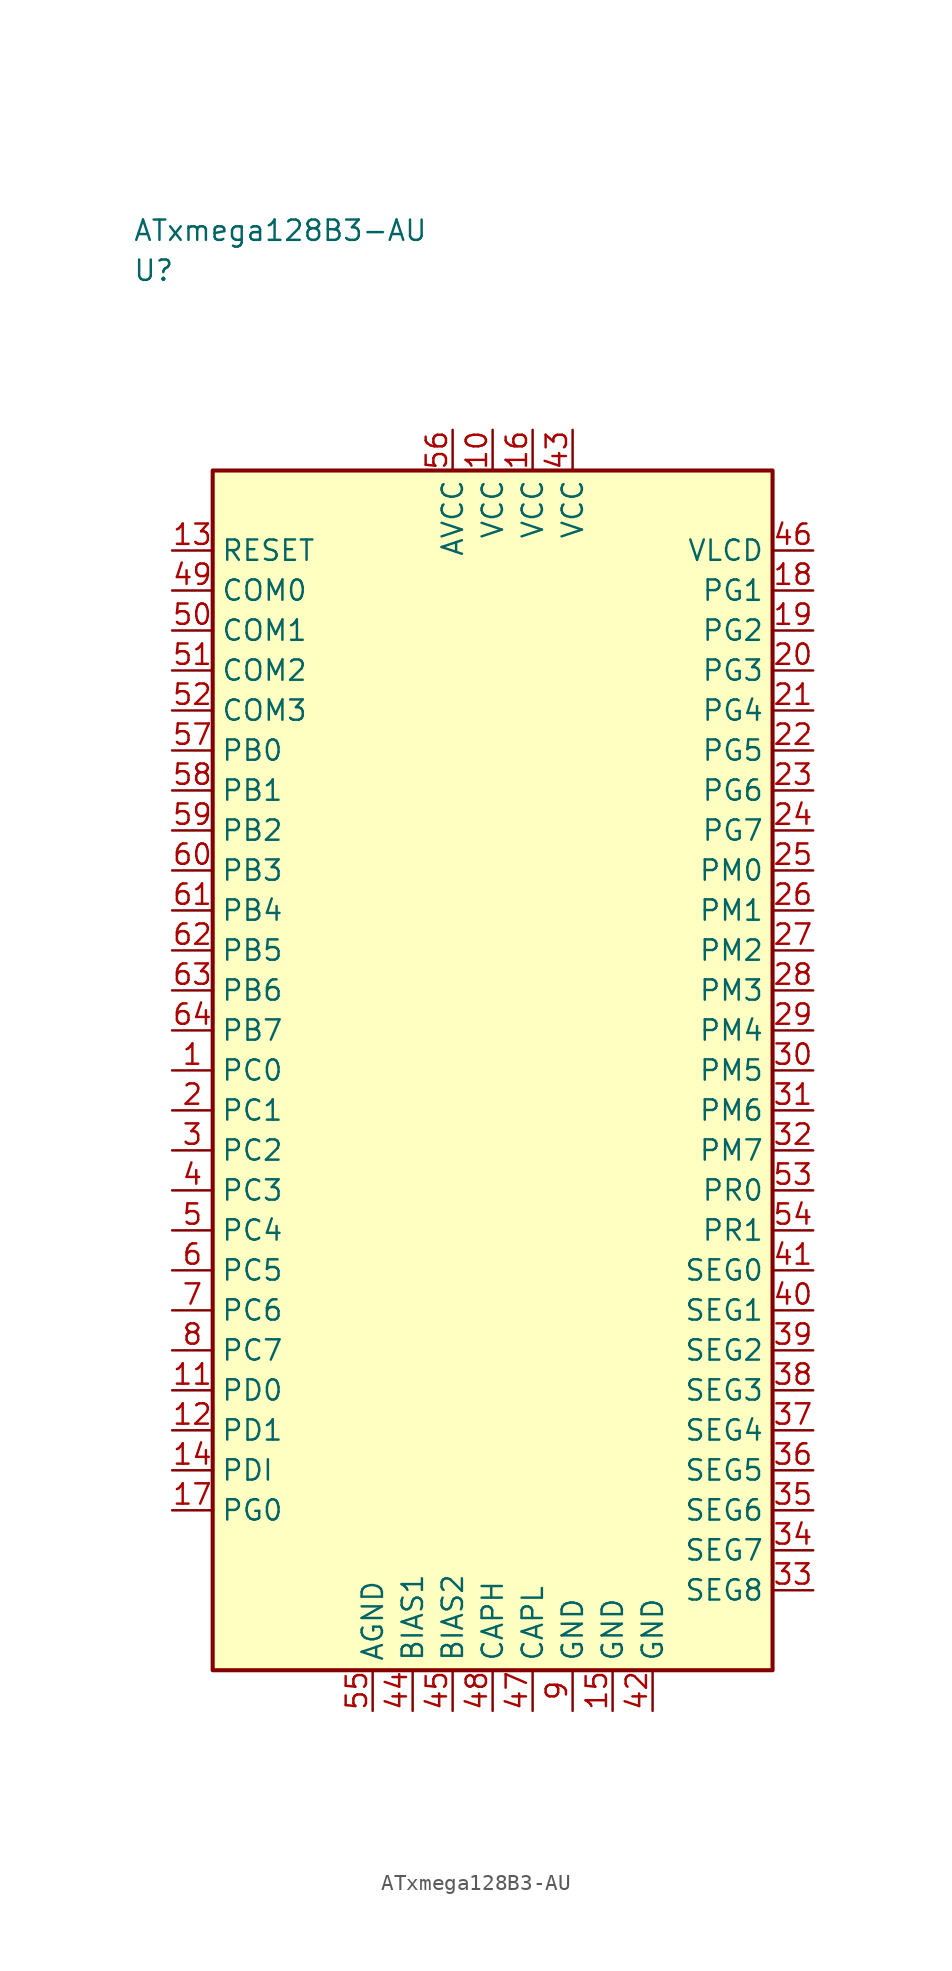
<source format=kicad_sym>
(kicad_symbol_lib
  (version 20241025)
  (generator "kicad_symbol_editor")
  (generator_version "8.0")
  (symbol "ATxmega128B3-AU"
    (property "Reference" "U"
      (at -22.5 50.0 0)
      (effects (font (size 1.27 1.27)) (justify left)))
    (property "Value" "ATxmega128B3-AU"
      (at -22.5 52.5 0)
      (effects (font (size 1.27 1.27)) (justify left)))
    (symbol "ATxmega128B3-AU_0_1"
      (rectangle (start -17.5 37.5) (end 17.5 -37.5) (stroke (width 0.254) (type default)) (fill (type background))))
    (symbol "ATxmega128B3-AU_1_1"
      (pin bidirectional line (at -20.04 0.0 0.0) (length 2.54) (name "PC0" (effects (font (size 1.27 1.27)))) (number "1" (effects (font (size 1.27 1.27)))))
      (pin bidirectional line (at -20.04 -2.5 0.0) (length 2.54) (name "PC1" (effects (font (size 1.27 1.27)))) (number "2" (effects (font (size 1.27 1.27)))))
      (pin bidirectional line (at -20.04 -5.0 0.0) (length 2.54) (name "PC2" (effects (font (size 1.27 1.27)))) (number "3" (effects (font (size 1.27 1.27)))))
      (pin bidirectional line (at -20.04 -7.5 0.0) (length 2.54) (name "PC3" (effects (font (size 1.27 1.27)))) (number "4" (effects (font (size 1.27 1.27)))))
      (pin bidirectional line (at -20.04 -10.0 0.0) (length 2.54) (name "PC4" (effects (font (size 1.27 1.27)))) (number "5" (effects (font (size 1.27 1.27)))))
      (pin bidirectional line (at -20.04 -12.5 0.0) (length 2.54) (name "PC5" (effects (font (size 1.27 1.27)))) (number "6" (effects (font (size 1.27 1.27)))))
      (pin bidirectional line (at -20.04 -15.0 0.0) (length 2.54) (name "PC6" (effects (font (size 1.27 1.27)))) (number "7" (effects (font (size 1.27 1.27)))))
      (pin bidirectional line (at -20.04 -17.5 0.0) (length 2.54) (name "PC7" (effects (font (size 1.27 1.27)))) (number "8" (effects (font (size 1.27 1.27)))))
      (pin passive line (at 5.0 -40.04 90.0) (length 2.54) (name "GND" (effects (font (size 1.27 1.27)))) (number "9" (effects (font (size 1.27 1.27)))))
      (pin power_in line (at 0.0 40.04 270.0) (length 2.54) (name "VCC" (effects (font (size 1.27 1.27)))) (number "10" (effects (font (size 1.27 1.27)))))
      (pin bidirectional line (at -20.04 -20.0 0.0) (length 2.54) (name "PD0" (effects (font (size 1.27 1.27)))) (number "11" (effects (font (size 1.27 1.27)))))
      (pin bidirectional line (at -20.04 -22.5 0.0) (length 2.54) (name "PD1" (effects (font (size 1.27 1.27)))) (number "12" (effects (font (size 1.27 1.27)))))
      (pin input line (at -20.04 32.5 0.0) (length 2.54) (name "RESET" (effects (font (size 1.27 1.27)))) (number "13" (effects (font (size 1.27 1.27)))))
      (pin bidirectional line (at -20.04 -25.0 0.0) (length 2.54) (name "PDI" (effects (font (size 1.27 1.27)))) (number "14" (effects (font (size 1.27 1.27)))))
      (pin passive line (at 7.5 -40.04 90.0) (length 2.54) (name "GND" (effects (font (size 1.27 1.27)))) (number "15" (effects (font (size 1.27 1.27)))))
      (pin power_in line (at 2.5 40.04 270.0) (length 2.54) (name "VCC" (effects (font (size 1.27 1.27)))) (number "16" (effects (font (size 1.27 1.27)))))
      (pin bidirectional line (at -20.04 -27.5 0.0) (length 2.54) (name "PG0" (effects (font (size 1.27 1.27)))) (number "17" (effects (font (size 1.27 1.27)))))
      (pin bidirectional line (at 20.04 30.0 180.0) (length 2.54) (name "PG1" (effects (font (size 1.27 1.27)))) (number "18" (effects (font (size 1.27 1.27)))))
      (pin bidirectional line (at 20.04 27.5 180.0) (length 2.54) (name "PG2" (effects (font (size 1.27 1.27)))) (number "19" (effects (font (size 1.27 1.27)))))
      (pin bidirectional line (at 20.04 25.0 180.0) (length 2.54) (name "PG3" (effects (font (size 1.27 1.27)))) (number "20" (effects (font (size 1.27 1.27)))))
      (pin bidirectional line (at 20.04 22.5 180.0) (length 2.54) (name "PG4" (effects (font (size 1.27 1.27)))) (number "21" (effects (font (size 1.27 1.27)))))
      (pin bidirectional line (at 20.04 20.0 180.0) (length 2.54) (name "PG5" (effects (font (size 1.27 1.27)))) (number "22" (effects (font (size 1.27 1.27)))))
      (pin bidirectional line (at 20.04 17.5 180.0) (length 2.54) (name "PG6" (effects (font (size 1.27 1.27)))) (number "23" (effects (font (size 1.27 1.27)))))
      (pin bidirectional line (at 20.04 15.0 180.0) (length 2.54) (name "PG7" (effects (font (size 1.27 1.27)))) (number "24" (effects (font (size 1.27 1.27)))))
      (pin bidirectional line (at 20.04 12.5 180.0) (length 2.54) (name "PM0" (effects (font (size 1.27 1.27)))) (number "25" (effects (font (size 1.27 1.27)))))
      (pin bidirectional line (at 20.04 10.0 180.0) (length 2.54) (name "PM1" (effects (font (size 1.27 1.27)))) (number "26" (effects (font (size 1.27 1.27)))))
      (pin bidirectional line (at 20.04 7.5 180.0) (length 2.54) (name "PM2" (effects (font (size 1.27 1.27)))) (number "27" (effects (font (size 1.27 1.27)))))
      (pin bidirectional line (at 20.04 5.0 180.0) (length 2.54) (name "PM3" (effects (font (size 1.27 1.27)))) (number "28" (effects (font (size 1.27 1.27)))))
      (pin bidirectional line (at 20.04 2.5 180.0) (length 2.54) (name "PM4" (effects (font (size 1.27 1.27)))) (number "29" (effects (font (size 1.27 1.27)))))
      (pin bidirectional line (at 20.04 0.0 180.0) (length 2.54) (name "PM5" (effects (font (size 1.27 1.27)))) (number "30" (effects (font (size 1.27 1.27)))))
      (pin bidirectional line (at 20.04 -2.5 180.0) (length 2.54) (name "PM6" (effects (font (size 1.27 1.27)))) (number "31" (effects (font (size 1.27 1.27)))))
      (pin bidirectional line (at 20.04 -5.0 180.0) (length 2.54) (name "PM7" (effects (font (size 1.27 1.27)))) (number "32" (effects (font (size 1.27 1.27)))))
      (pin bidirectional line (at 20.04 -32.5 180.0) (length 2.54) (name "SEG8" (effects (font (size 1.27 1.27)))) (number "33" (effects (font (size 1.27 1.27)))))
      (pin bidirectional line (at 20.04 -30.0 180.0) (length 2.54) (name "SEG7" (effects (font (size 1.27 1.27)))) (number "34" (effects (font (size 1.27 1.27)))))
      (pin bidirectional line (at 20.04 -27.5 180.0) (length 2.54) (name "SEG6" (effects (font (size 1.27 1.27)))) (number "35" (effects (font (size 1.27 1.27)))))
      (pin bidirectional line (at 20.04 -25.0 180.0) (length 2.54) (name "SEG5" (effects (font (size 1.27 1.27)))) (number "36" (effects (font (size 1.27 1.27)))))
      (pin bidirectional line (at 20.04 -22.5 180.0) (length 2.54) (name "SEG4" (effects (font (size 1.27 1.27)))) (number "37" (effects (font (size 1.27 1.27)))))
      (pin bidirectional line (at 20.04 -20.0 180.0) (length 2.54) (name "SEG3" (effects (font (size 1.27 1.27)))) (number "38" (effects (font (size 1.27 1.27)))))
      (pin bidirectional line (at 20.04 -17.5 180.0) (length 2.54) (name "SEG2" (effects (font (size 1.27 1.27)))) (number "39" (effects (font (size 1.27 1.27)))))
      (pin bidirectional line (at 20.04 -15.0 180.0) (length 2.54) (name "SEG1" (effects (font (size 1.27 1.27)))) (number "40" (effects (font (size 1.27 1.27)))))
      (pin bidirectional line (at 20.04 -12.5 180.0) (length 2.54) (name "SEG0" (effects (font (size 1.27 1.27)))) (number "41" (effects (font (size 1.27 1.27)))))
      (pin passive line (at 10.0 -40.04 90.0) (length 2.54) (name "GND" (effects (font (size 1.27 1.27)))) (number "42" (effects (font (size 1.27 1.27)))))
      (pin power_in line (at 5.0 40.04 270.0) (length 2.54) (name "VCC" (effects (font (size 1.27 1.27)))) (number "43" (effects (font (size 1.27 1.27)))))
      (pin passive line (at -5.0 -40.04 90.0) (length 2.54) (name "BIAS1" (effects (font (size 1.27 1.27)))) (number "44" (effects (font (size 1.27 1.27)))))
      (pin passive line (at -2.5 -40.04 90.0) (length 2.54) (name "BIAS2" (effects (font (size 1.27 1.27)))) (number "45" (effects (font (size 1.27 1.27)))))
      (pin output line (at 20.04 32.5 180.0) (length 2.54) (name "VLCD" (effects (font (size 1.27 1.27)))) (number "46" (effects (font (size 1.27 1.27)))))
      (pin passive line (at 2.5 -40.04 90.0) (length 2.54) (name "CAPL" (effects (font (size 1.27 1.27)))) (number "47" (effects (font (size 1.27 1.27)))))
      (pin passive line (at 0.0 -40.04 90.0) (length 2.54) (name "CAPH" (effects (font (size 1.27 1.27)))) (number "48" (effects (font (size 1.27 1.27)))))
      (pin bidirectional line (at -20.04 30.0 0.0) (length 2.54) (name "COM0" (effects (font (size 1.27 1.27)))) (number "49" (effects (font (size 1.27 1.27)))))
      (pin bidirectional line (at -20.04 27.5 0.0) (length 2.54) (name "COM1" (effects (font (size 1.27 1.27)))) (number "50" (effects (font (size 1.27 1.27)))))
      (pin bidirectional line (at -20.04 25.0 0.0) (length 2.54) (name "COM2" (effects (font (size 1.27 1.27)))) (number "51" (effects (font (size 1.27 1.27)))))
      (pin bidirectional line (at -20.04 22.5 0.0) (length 2.54) (name "COM3" (effects (font (size 1.27 1.27)))) (number "52" (effects (font (size 1.27 1.27)))))
      (pin bidirectional line (at 20.04 -7.5 180.0) (length 2.54) (name "PR0" (effects (font (size 1.27 1.27)))) (number "53" (effects (font (size 1.27 1.27)))))
      (pin bidirectional line (at 20.04 -10.0 180.0) (length 2.54) (name "PR1" (effects (font (size 1.27 1.27)))) (number "54" (effects (font (size 1.27 1.27)))))
      (pin passive line (at -7.5 -40.04 90.0) (length 2.54) (name "AGND" (effects (font (size 1.27 1.27)))) (number "55" (effects (font (size 1.27 1.27)))))
      (pin power_in line (at -2.5 40.04 270.0) (length 2.54) (name "AVCC" (effects (font (size 1.27 1.27)))) (number "56" (effects (font (size 1.27 1.27)))))
      (pin bidirectional line (at -20.04 20.0 0.0) (length 2.54) (name "PB0" (effects (font (size 1.27 1.27)))) (number "57" (effects (font (size 1.27 1.27)))))
      (pin bidirectional line (at -20.04 17.5 0.0) (length 2.54) (name "PB1" (effects (font (size 1.27 1.27)))) (number "58" (effects (font (size 1.27 1.27)))))
      (pin bidirectional line (at -20.04 15.0 0.0) (length 2.54) (name "PB2" (effects (font (size 1.27 1.27)))) (number "59" (effects (font (size 1.27 1.27)))))
      (pin bidirectional line (at -20.04 12.5 0.0) (length 2.54) (name "PB3" (effects (font (size 1.27 1.27)))) (number "60" (effects (font (size 1.27 1.27)))))
      (pin bidirectional line (at -20.04 10.0 0.0) (length 2.54) (name "PB4" (effects (font (size 1.27 1.27)))) (number "61" (effects (font (size 1.27 1.27)))))
      (pin bidirectional line (at -20.04 7.5 0.0) (length 2.54) (name "PB5" (effects (font (size 1.27 1.27)))) (number "62" (effects (font (size 1.27 1.27)))))
      (pin bidirectional line (at -20.04 5.0 0.0) (length 2.54) (name "PB6" (effects (font (size 1.27 1.27)))) (number "63" (effects (font (size 1.27 1.27)))))
      (pin bidirectional line (at -20.04 2.5 0.0) (length 2.54) (name "PB7" (effects (font (size 1.27 1.27)))) (number "64" (effects (font (size 1.27 1.27))))))))
</source>
